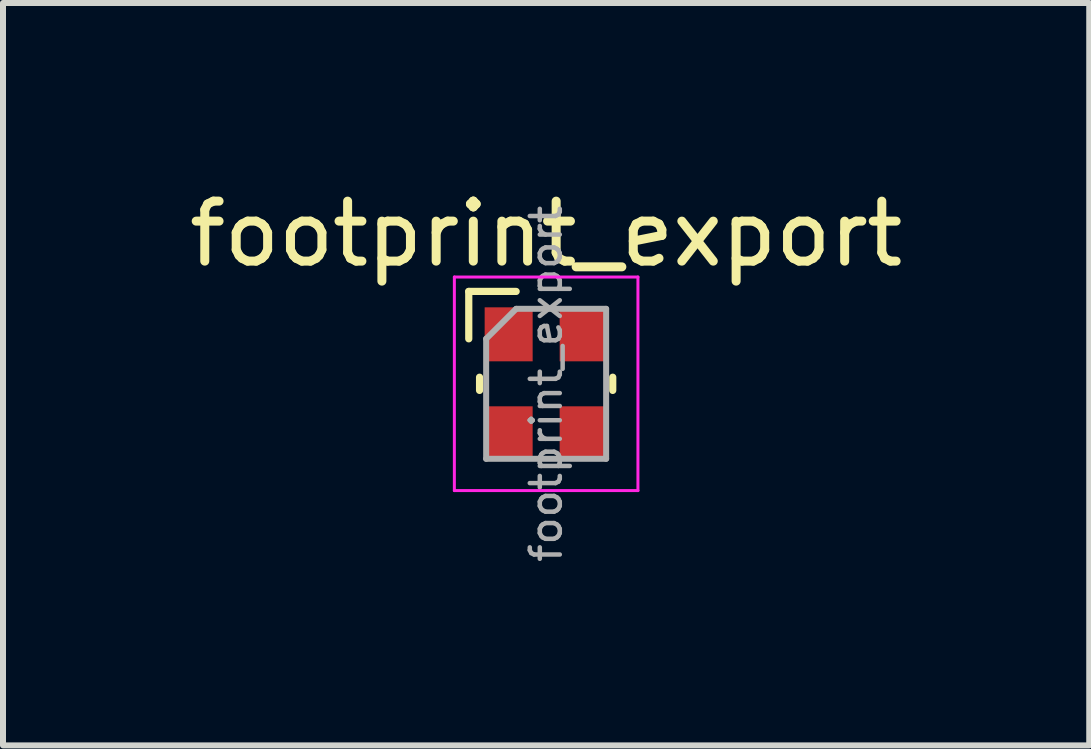
<source format=kicad_pcb>
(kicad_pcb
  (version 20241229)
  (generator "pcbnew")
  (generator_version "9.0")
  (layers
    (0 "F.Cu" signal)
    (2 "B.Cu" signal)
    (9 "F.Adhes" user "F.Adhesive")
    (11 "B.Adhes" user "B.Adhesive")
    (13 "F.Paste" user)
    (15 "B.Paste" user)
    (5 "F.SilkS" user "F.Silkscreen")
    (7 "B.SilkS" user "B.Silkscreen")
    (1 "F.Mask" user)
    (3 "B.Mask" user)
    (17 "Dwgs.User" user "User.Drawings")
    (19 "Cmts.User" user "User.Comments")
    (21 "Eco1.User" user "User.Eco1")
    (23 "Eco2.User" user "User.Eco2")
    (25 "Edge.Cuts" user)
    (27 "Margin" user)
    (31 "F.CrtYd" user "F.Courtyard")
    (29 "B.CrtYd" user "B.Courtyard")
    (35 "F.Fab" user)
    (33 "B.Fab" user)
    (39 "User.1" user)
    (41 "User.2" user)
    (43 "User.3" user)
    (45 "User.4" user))
  (footprint "footprint_export"
    (layer "F.Cu")
    (at 6.054 3.348)
    (property "Reference" "footprint_export" (at 0 -2.5 0) (layer "F.SilkS") (effects (font (size 1 1) (thickness 0.15))))
    (attr smd)
    (fp_line (start -1.29 -0.75) (end -1.29 -1.54) (stroke (width 0.12) (type solid)) (layer "F.SilkS"))
    (fp_line (start -1.11 -0.11) (end -1.11 0.11) (stroke (width 0.12) (type solid)) (layer "F.SilkS"))
    (fp_line (start -0.5 -1.54) (end -1.29 -1.54) (stroke (width 0.12) (type solid)) (layer "F.SilkS"))
    (fp_line (start 1.11 -0.11) (end 1.11 0.11) (stroke (width 0.12) (type solid)) (layer "F.SilkS"))
    (fp_line (start -1.53 -1.78) (end -1.53 1.78) (stroke (width 0.05) (type solid)) (layer "F.CrtYd"))
    (fp_line (start -1.53 1.78) (end 1.53 1.78) (stroke (width 0.05) (type solid)) (layer "F.CrtYd"))
    (fp_line (start 1.53 -1.78) (end -1.53 -1.78) (stroke (width 0.05) (type solid)) (layer "F.CrtYd"))
    (fp_line (start 1.53 -1.78) (end 1.53 1.78) (stroke (width 0.05) (type solid)) (layer "F.CrtYd"))
    (fp_line (start -1 -0.75) (end -1 1.25) (stroke (width 0.1) (type solid)) (layer "F.Fab"))
    (fp_line (start -1 1.25) (end 1 1.25) (stroke (width 0.1) (type solid)) (layer "F.Fab"))
    (fp_line (start -0.5 -1.25) (end -1 -0.75) (stroke (width 0.1) (type solid)) (layer "F.Fab"))
    (fp_line (start -0.5 -1.25) (end 1 -1.25) (stroke (width 0.1) (type solid)) (layer "F.Fab"))
    (fp_line (start 1 -1.25) (end 1 1.25) (stroke (width 0.1) (type solid)) (layer "F.Fab"))
    (fp_text user "${REFERENCE}" (at 0 0 90) (layer "F.Fab") (effects (font (size 0.5 0.5) (thickness 0.075))))
    (pad "1" smd rect (at -0.625 -0.825) (size 0.8 0.9) (layers "F.Cu" "F.Mask" "F.Paste"))
    (pad "2" smd rect (at -0.625 0.825) (size 0.8 0.9) (layers "F.Cu" "F.Mask" "F.Paste"))
    (pad "3" smd rect (at 0.625 0.825) (size 0.8 0.9) (layers "F.Cu" "F.Mask" "F.Paste"))
    (pad "4" smd rect (at 0.625 -0.825) (size 0.8 0.9) (layers "F.Cu" "F.Mask" "F.Paste")))
  (gr_rect
    (start -3 -3)
    (end 15.107 9.375)
    (stroke (width 0.1) (type default))
    (fill no)
    (layer "Edge.Cuts")))
</source>
